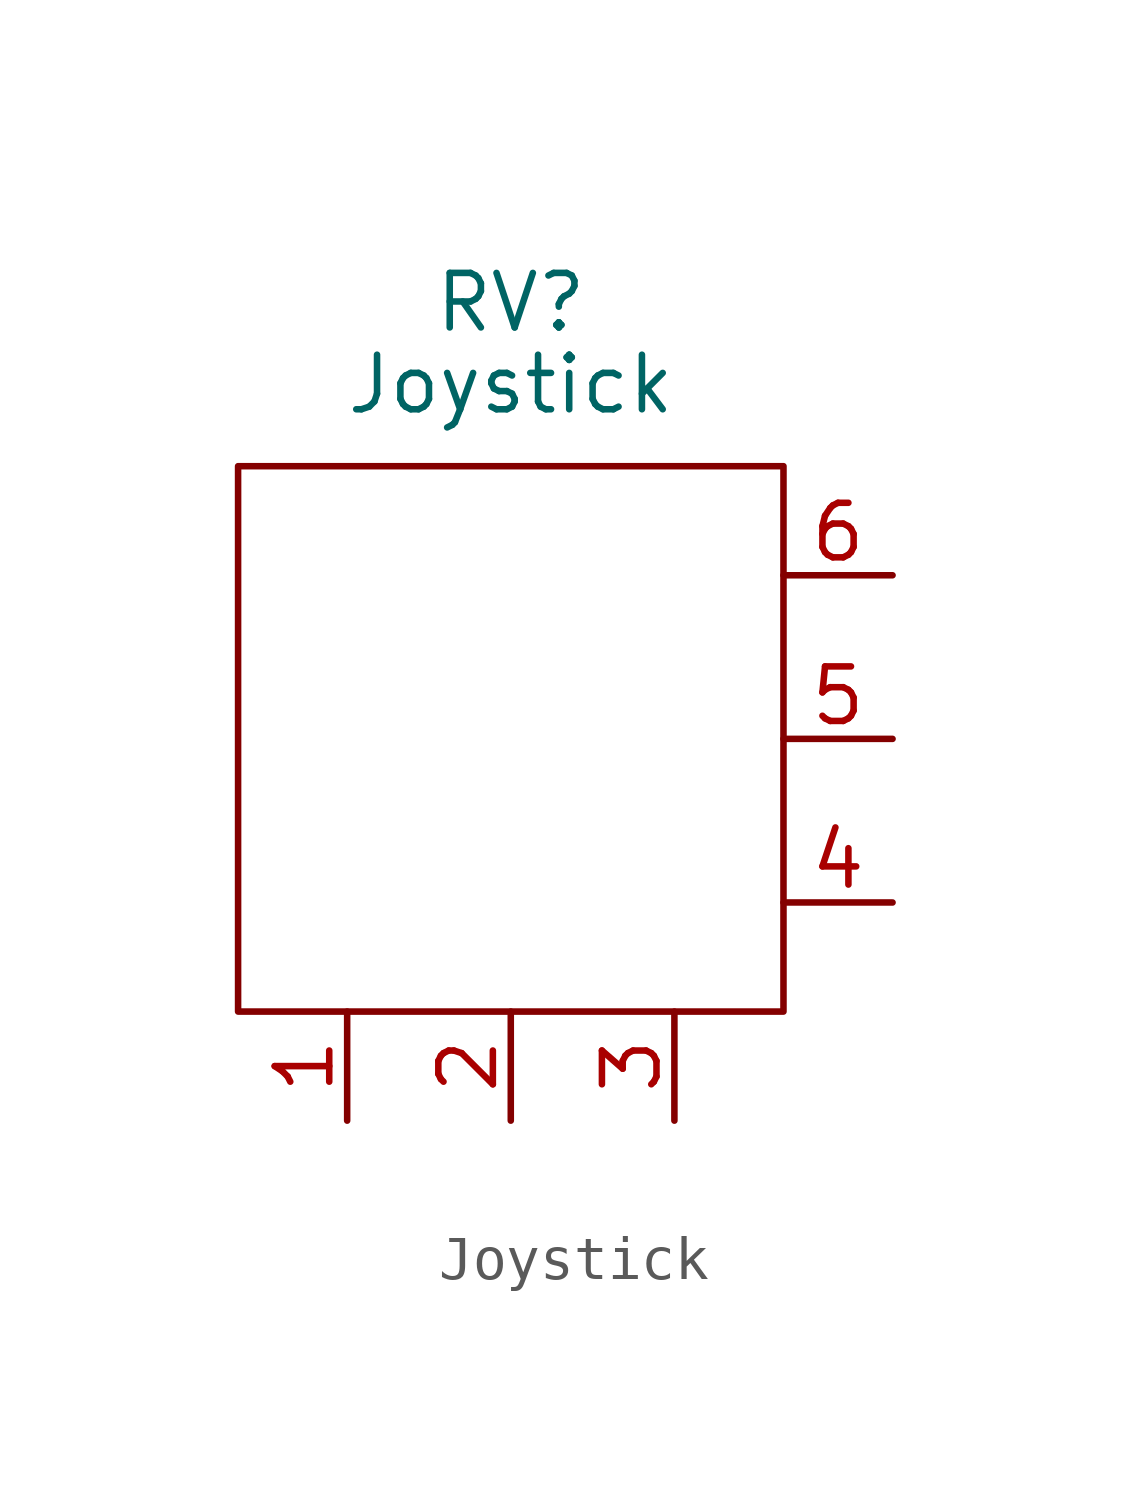
<source format=kicad_sym>
(kicad_symbol_lib
  (version 20211014)
  (generator kicad_symbol_editor)
  (symbol "Joystick"
    (pin_names
      (offset 1.016))
    (property "Reference" "RV"
      (at 0 10.16 0)
      (effects (font (size 1.27 1.27))))
    (property "Value" "Joystick"
      (at 0 8.255 0)
      (effects (font (size 1.27 1.27))))
    (symbol "Joystick_0_1"
      (rectangle (start -6.35 6.35) (end 6.35 -6.35) (stroke (width 0) (type default) (color 0 0 0 0)) (fill (type none))))
    (symbol "Joystick_1_1"
      (pin passive line (at -3.81 -8.89 90) (length 2.54) (name "~" (effects (font (size 1.27 1.27)))) (number "1" (effects (font (size 1.27 1.27)))))
      (pin passive line (at 0 -8.89 90) (length 2.54) (name "~" (effects (font (size 1.27 1.27)))) (number "2" (effects (font (size 1.27 1.27)))))
      (pin passive line (at 3.81 -8.89 90) (length 2.54) (name "~" (effects (font (size 1.27 1.27)))) (number "3" (effects (font (size 1.27 1.27)))))
      (pin passive line (at 8.89 -3.81 180) (length 2.54) (name "~" (effects (font (size 1.27 1.27)))) (number "4" (effects (font (size 1.27 1.27)))))
      (pin passive line (at 8.89 0 180) (length 2.54) (name "~" (effects (font (size 1.27 1.27)))) (number "5" (effects (font (size 1.27 1.27)))))
      (pin passive line (at 8.89 3.81 180) (length 2.54) (name "~" (effects (font (size 1.27 1.27)))) (number "6" (effects (font (size 1.27 1.27))))))))
</source>
